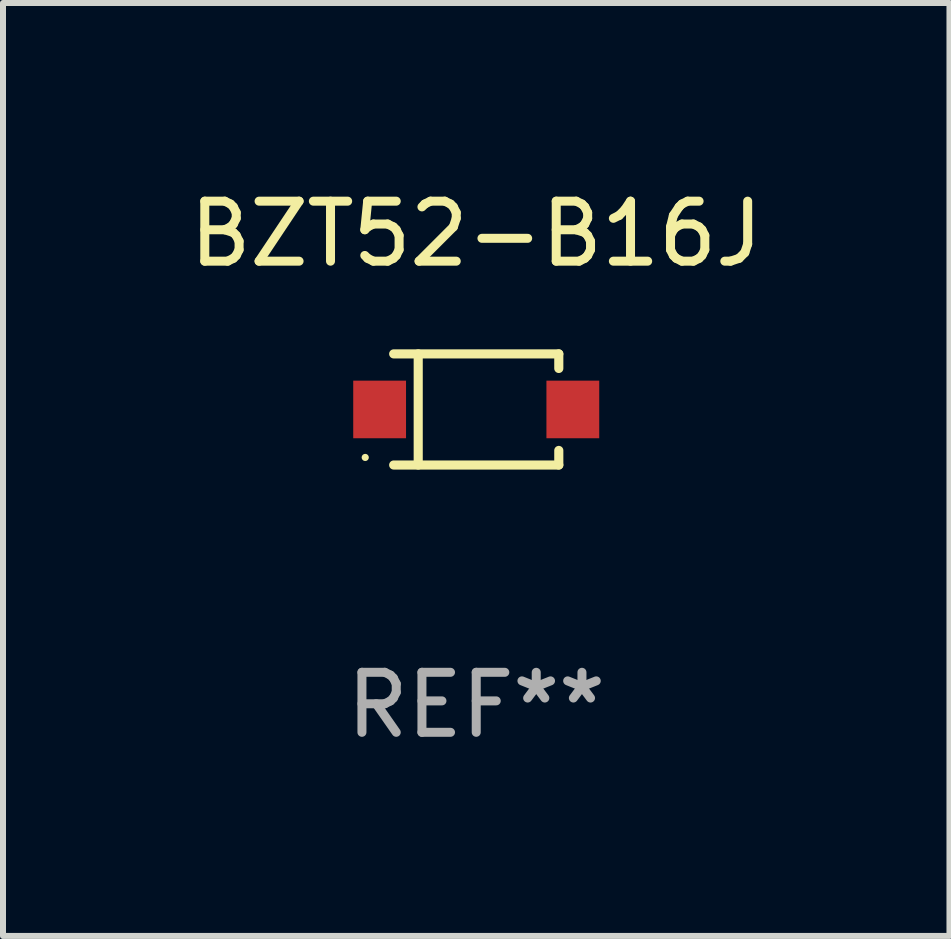
<source format=kicad_pcb>
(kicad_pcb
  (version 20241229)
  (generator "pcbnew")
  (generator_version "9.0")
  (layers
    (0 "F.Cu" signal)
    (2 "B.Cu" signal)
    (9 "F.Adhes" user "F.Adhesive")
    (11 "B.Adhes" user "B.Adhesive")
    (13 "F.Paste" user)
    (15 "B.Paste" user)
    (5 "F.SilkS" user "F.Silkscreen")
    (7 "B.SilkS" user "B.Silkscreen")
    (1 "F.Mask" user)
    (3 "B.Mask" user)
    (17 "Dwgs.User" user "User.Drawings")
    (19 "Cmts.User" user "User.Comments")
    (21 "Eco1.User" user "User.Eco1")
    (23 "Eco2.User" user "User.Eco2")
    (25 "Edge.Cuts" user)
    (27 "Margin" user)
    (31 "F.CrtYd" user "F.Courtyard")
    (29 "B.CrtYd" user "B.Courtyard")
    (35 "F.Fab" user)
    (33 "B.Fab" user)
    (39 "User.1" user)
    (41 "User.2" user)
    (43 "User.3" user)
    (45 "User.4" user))
  (footprint "BZT52-B16J"
    (layer "F.Cu")
    (at 4.887 3.774)
    (property "Reference" "BZT52-B16J" (at 0 -2.926 0) (layer "F.SilkS") (effects (font (size 1 1) (thickness 0.15))))
    (attr through_hole)
    (fp_line (start -1.376 -0.926) (end 1.376 -0.926) (stroke (width 0.152) (type solid)) (layer "F.SilkS"))
    (fp_line (start -1.376 0.926) (end 1.376 0.926) (stroke (width 0.152) (type solid)) (layer "F.SilkS"))
    (fp_line (start -0.967 -0.926) (end -0.967 0.926) (stroke (width 0.152) (type solid)) (layer "F.SilkS"))
    (fp_line (start 1.376 -0.926) (end 1.376 -0.683) (stroke (width 0.152) (type solid)) (layer "F.SilkS"))
    (fp_line (start 1.376 0.926) (end 1.376 0.683) (stroke (width 0.152) (type solid)) (layer "F.SilkS"))
    (fp_circle (center -1.85 0.8) (end -1.82 0.8) (stroke (width 0.06) (type solid)) (fill no) (layer "F.SilkS"))
    (fp_text user "REF**" (at 0 4.926 0) (layer "F.Fab") (effects (font (size 1 1) (thickness 0.15))))
    (pad "1" smd rect (at -1.61 0) (size 0.88 0.96) (layers "F.Cu" "F.Mask" "F.Paste"))
    (pad "2" smd rect (at 1.61 0) (size 0.88 0.96) (layers "F.Cu" "F.Mask" "F.Paste")))
  (gr_rect
    (start -3 -3)
    (end 12.774 12.549)
    (stroke (width 0.1) (type default))
    (fill no)
    (layer "Edge.Cuts")))
</source>
